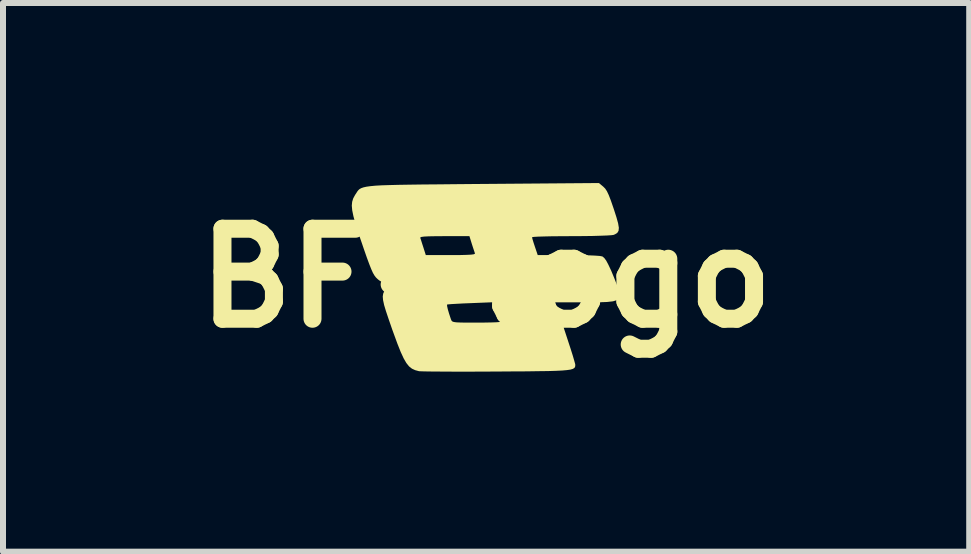
<source format=kicad_pcb>
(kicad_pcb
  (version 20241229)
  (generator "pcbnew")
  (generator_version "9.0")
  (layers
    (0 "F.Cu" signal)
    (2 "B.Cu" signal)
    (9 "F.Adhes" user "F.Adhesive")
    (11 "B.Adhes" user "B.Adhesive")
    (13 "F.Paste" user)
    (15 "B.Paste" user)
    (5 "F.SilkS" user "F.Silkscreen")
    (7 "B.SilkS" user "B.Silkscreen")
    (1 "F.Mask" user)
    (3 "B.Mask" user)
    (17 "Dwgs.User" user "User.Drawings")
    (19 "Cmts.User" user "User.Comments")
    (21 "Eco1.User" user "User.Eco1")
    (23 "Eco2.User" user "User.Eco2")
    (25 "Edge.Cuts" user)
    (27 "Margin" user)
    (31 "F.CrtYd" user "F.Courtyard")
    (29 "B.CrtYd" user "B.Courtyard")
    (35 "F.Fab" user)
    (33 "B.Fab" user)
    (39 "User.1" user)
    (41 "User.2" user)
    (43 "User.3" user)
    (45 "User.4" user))
  (footprint "BF-logo"
    (layer "F.Cu")
    (at 5.05 1.583)
    (property "Reference" "BF-logo" (at 0 0 0) (layer "F.SilkS") (effects (font (size 1.5 1.5) (thickness 0.3))))
    (attr board_only exclude_from_pos_files exclude_from_bom)
    (fp_poly (pts (xy 1.952 -1.523) (xy 1.984 -1.491) (xy 2.013 -1.447) (xy 2.043 -1.384) (xy 2.078 -1.294) (xy 2.121 -1.169) (xy 2.128 -1.149) (xy 2.172 -1.012) (xy 2.2 -0.91) (xy 2.212 -0.837) (xy 2.207 -0.787) (xy 2.187 -0.754) (xy 2.15 -0.73) (xy 2.125 -0.719) (xy 2.089 -0.714) (xy 2.013 -0.709) (xy 1.906 -0.705) (xy 1.772 -0.701) (xy 1.618 -0.699) (xy 1.45 -0.698) (xy 1.417 -0.698) (xy 1.251 -0.697) (xy 1.101 -0.696) (xy 0.971 -0.693) (xy 0.869 -0.69) (xy 0.799 -0.686) (xy 0.767 -0.681) (xy 0.766 -0.68) (xy 0.772 -0.651) (xy 0.79 -0.592) (xy 0.813 -0.522) (xy 0.86 -0.383) (xy 1.377 -0.383) (xy 1.55 -0.382) (xy 1.697 -0.379) (xy 1.813 -0.374) (xy 1.895 -0.368) (xy 1.936 -0.36) (xy 1.938 -0.36) (xy 1.968 -0.335) (xy 2.001 -0.291) (xy 2.038 -0.221) (xy 2.085 -0.121) (xy 2.142 0.017) (xy 2.148 0.033) (xy 2.19 0.14) (xy 2.218 0.224) (xy 2.228 0.288) (xy 2.217 0.335) (xy 2.18 0.368) (xy 2.114 0.388) (xy 2.015 0.399) (xy 1.88 0.404) (xy 1.705 0.405) (xy 1.64 0.405) (xy 1.152 0.405) (xy 1.319 0.906) (xy 1.366 1.05) (xy 1.409 1.181) (xy 1.444 1.292) (xy 1.469 1.378) (xy 1.484 1.432) (xy 1.486 1.446) (xy 1.485 1.468) (xy 1.48 1.486) (xy 1.466 1.502) (xy 1.442 1.515) (xy 1.403 1.526) (xy 1.346 1.534) (xy 1.268 1.541) (xy 1.165 1.546) (xy 1.034 1.55) (xy 0.871 1.552) (xy 0.674 1.555) (xy 0.438 1.556) (xy 0.164 1.558) (xy -0.068 1.559) (xy -0.288 1.56) (xy -0.492 1.56) (xy -0.674 1.559) (xy -0.831 1.558) (xy -0.959 1.557) (xy -1.052 1.555) (xy -1.108 1.553) (xy -1.119 1.552) (xy -1.182 1.535) (xy -1.236 1.51) (xy -1.284 1.472) (xy -1.329 1.416) (xy -1.374 1.338) (xy -1.423 1.232) (xy -1.478 1.094) (xy -1.542 0.919) (xy -1.565 0.856) (xy -1.624 0.685) (xy -1.669 0.551) (xy -1.7 0.448) (xy -1.701 0.442) (xy -0.651 0.442) (xy -0.65 0.467) (xy -0.638 0.521) (xy -0.617 0.593) (xy -0.592 0.669) (xy -0.584 0.691) (xy -0.576 0.71) (xy -0.563 0.723) (xy -0.539 0.732) (xy -0.498 0.738) (xy -0.433 0.741) (xy -0.338 0.743) (xy -0.207 0.743) (xy -0.158 0.743) (xy -0.029 0.742) (xy 0.084 0.74) (xy 0.172 0.737) (xy 0.229 0.732) (xy 0.248 0.728) (xy 0.241 0.7) (xy 0.224 0.642) (xy 0.2 0.565) (xy 0.198 0.557) (xy 0.148 0.402) (xy -0.247 0.418) (xy -0.376 0.423) (xy -0.488 0.429) (xy -0.576 0.434) (xy -0.633 0.439) (xy -0.651 0.442) (xy -1.701 0.442) (xy -1.717 0.368) (xy -1.722 0.308) (xy -1.715 0.26) (xy -1.697 0.219) (xy -1.67 0.179) (xy -1.666 0.173) (xy -1.63 0.124) (xy -1.627 0.099) (xy -1.655 0.09) (xy -1.674 0.09) (xy -1.721 0.076) (xy -1.781 0.039) (xy -1.808 0.017) (xy -1.836 -0.01) (xy -1.861 -0.043) (xy -1.886 -0.086) (xy -1.913 -0.146) (xy -1.946 -0.229) (xy -1.987 -0.34) (xy -2.038 -0.486) (xy -2.064 -0.563) (xy -2.101 -0.67) (xy -1.097 -0.67) (xy -1.085 -0.634) (xy -1.065 -0.571) (xy -1.046 -0.512) (xy -1.005 -0.383) (xy -0.59 -0.383) (xy -0.438 -0.383) (xy -0.326 -0.386) (xy -0.25 -0.39) (xy -0.205 -0.396) (xy -0.187 -0.405) (xy -0.186 -0.411) (xy -0.198 -0.447) (xy -0.219 -0.51) (xy -0.238 -0.569) (xy -0.278 -0.698) (xy -0.693 -0.698) (xy -0.845 -0.697) (xy -0.957 -0.695) (xy -1.033 -0.691) (xy -1.078 -0.685) (xy -1.097 -0.676) (xy -1.097 -0.67) (xy -2.101 -0.67) (xy -2.129 -0.753) (xy -2.177 -0.907) (xy -2.211 -1.03) (xy -2.231 -1.128) (xy -2.238 -1.206) (xy -2.232 -1.27) (xy -2.215 -1.326) (xy -2.186 -1.38) (xy -2.178 -1.393) (xy -2.16 -1.42) (xy -2.145 -1.444) (xy -2.128 -1.465) (xy -2.108 -1.483) (xy -2.08 -1.498) (xy -2.043 -1.511) (xy -1.993 -1.522) (xy -1.928 -1.531) (xy -1.845 -1.539) (xy -1.74 -1.545) (xy -1.612 -1.549) (xy -1.457 -1.553) (xy -1.272 -1.556) (xy -1.054 -1.559) (xy -0.801 -1.561) (xy -0.51 -1.564) (xy -0.178 -1.567) (xy -0.043 -1.568) (xy 1.88 -1.583)) (stroke (width 0) (type solid)) (fill yes) (layer "F.SilkS")))
  (gr_rect
    (start -3 -3)
    (end 13.1 6.143)
    (stroke (width 0.1) (type default))
    (fill no)
    (layer "Edge.Cuts")))
</source>
